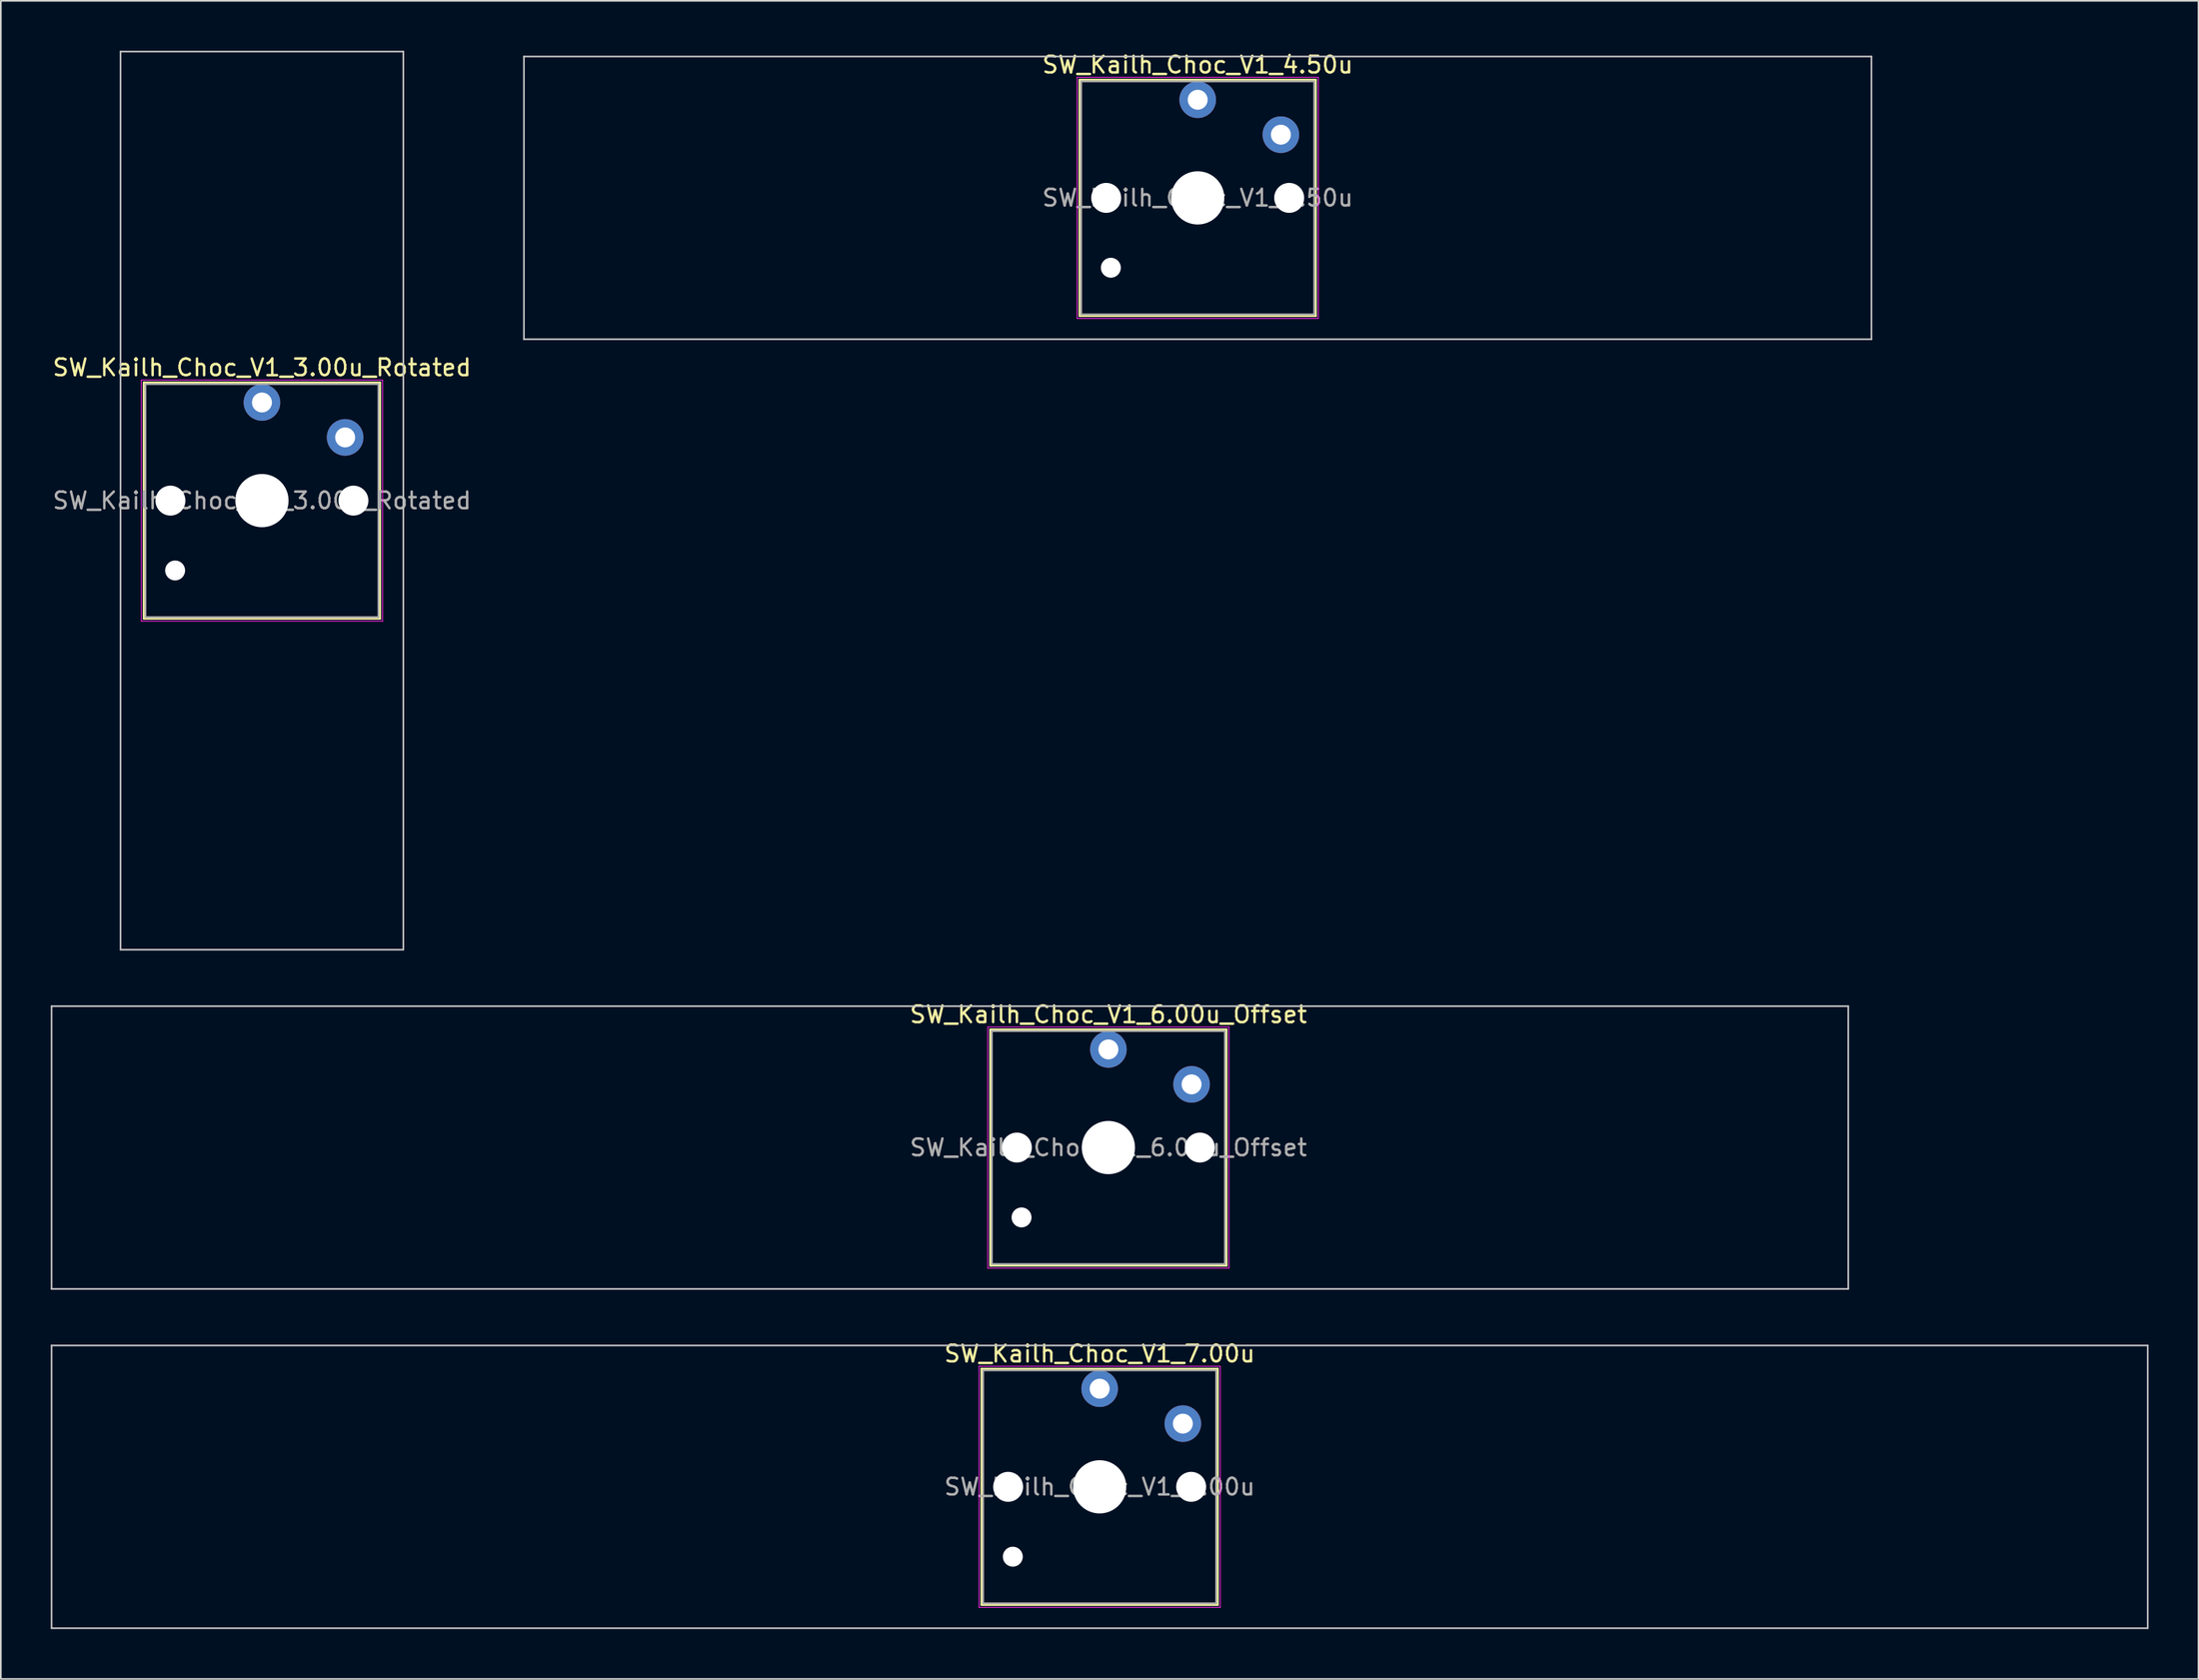
<source format=kicad_pcb>
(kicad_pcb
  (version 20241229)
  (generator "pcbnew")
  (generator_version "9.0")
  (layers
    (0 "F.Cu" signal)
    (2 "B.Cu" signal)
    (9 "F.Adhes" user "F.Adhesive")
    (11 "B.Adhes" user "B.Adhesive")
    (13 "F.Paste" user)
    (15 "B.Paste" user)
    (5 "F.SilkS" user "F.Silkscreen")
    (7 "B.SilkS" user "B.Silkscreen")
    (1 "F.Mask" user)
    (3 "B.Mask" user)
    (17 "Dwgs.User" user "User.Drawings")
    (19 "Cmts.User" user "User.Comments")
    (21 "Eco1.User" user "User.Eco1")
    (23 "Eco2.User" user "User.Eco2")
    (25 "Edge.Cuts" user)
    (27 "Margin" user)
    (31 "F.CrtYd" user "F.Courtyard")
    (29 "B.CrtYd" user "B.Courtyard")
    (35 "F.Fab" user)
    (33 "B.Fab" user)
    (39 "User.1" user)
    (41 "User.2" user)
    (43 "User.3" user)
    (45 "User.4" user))
  (footprint "SW_Kailh_Choc_V1_7.00u"
    (layer "F.Cu")
    (at 63.05 86.347)
    (property "Reference" "SW_Kailh_Choc_V1_7.00u" (at 0 -8 0) (layer "F.SilkS") (effects (font (size 1 1) (thickness 0.15))))
    (attr through_hole)
    (fp_line (start -7.1 -7.1) (end -7.1 7.1) (stroke (width 0.12) (type solid)) (layer "F.SilkS"))
    (fp_line (start -7.1 7.1) (end 7.1 7.1) (stroke (width 0.12) (type solid)) (layer "F.SilkS"))
    (fp_line (start 7.1 -7.1) (end -7.1 -7.1) (stroke (width 0.12) (type solid)) (layer "F.SilkS"))
    (fp_line (start 7.1 7.1) (end 7.1 -7.1) (stroke (width 0.12) (type solid)) (layer "F.SilkS"))
    (fp_line (start -63 -8.5) (end -63 8.5) (stroke (width 0.1) (type solid)) (layer "Dwgs.User"))
    (fp_line (start -63 8.5) (end 63 8.5) (stroke (width 0.1) (type solid)) (layer "Dwgs.User"))
    (fp_line (start 63 -8.5) (end -63 -8.5) (stroke (width 0.1) (type solid)) (layer "Dwgs.User"))
    (fp_line (start 63 8.5) (end 63 -8.5) (stroke (width 0.1) (type solid)) (layer "Dwgs.User"))
    (fp_line (start -7.25 -7.25) (end -7.25 7.25) (stroke (width 0.05) (type solid)) (layer "F.CrtYd"))
    (fp_line (start -7.25 7.25) (end 7.25 7.25) (stroke (width 0.05) (type solid)) (layer "F.CrtYd"))
    (fp_line (start 7.25 -7.25) (end -7.25 -7.25) (stroke (width 0.05) (type solid)) (layer "F.CrtYd"))
    (fp_line (start 7.25 7.25) (end 7.25 -7.25) (stroke (width 0.05) (type solid)) (layer "F.CrtYd"))
    (fp_line (start -7 -7) (end -7 7) (stroke (width 0.1) (type solid)) (layer "F.Fab"))
    (fp_line (start -7 7) (end 7 7) (stroke (width 0.1) (type solid)) (layer "F.Fab"))
    (fp_line (start 7 -7) (end -7 -7) (stroke (width 0.1) (type solid)) (layer "F.Fab"))
    (fp_line (start 7 7) (end 7 -7) (stroke (width 0.1) (type solid)) (layer "F.Fab"))
    (fp_text user "${REFERENCE}" (at 0 0 0) (layer "F.Fab") (effects (font (size 1 1) (thickness 0.15))))
    (pad "" np_thru_hole circle (at -5.5 0) (size 1.8 1.8) (drill 1.8) (layers "*.Cu" "*.Mask"))
    (pad "" np_thru_hole circle (at -5.22 4.2) (size 1.2 1.2) (drill 1.2) (layers "*.Cu" "*.Mask"))
    (pad "" np_thru_hole circle (at 0 0) (size 3.2 3.2) (drill 3.2) (layers "*.Cu" "*.Mask"))
    (pad "" np_thru_hole circle (at 5.5 0) (size 1.8 1.8) (drill 1.8) (layers "*.Cu" "*.Mask"))
    (pad "1" thru_hole circle (at 0 -5.9) (size 2.2 2.2) (drill 1.2) (layers "*.Cu" "B.Mask"))
    (pad "2" thru_hole circle (at 5 -3.8) (size 2.2 2.2) (drill 1.2) (layers "*.Cu" "B.Mask")))
  (footprint "SW_Kailh_Choc_V1_3.00u_Rotated"
    (layer "F.Cu")
    (at 12.696 27.05)
    (property "Reference" "SW_Kailh_Choc_V1_3.00u_Rotated" (at 0 -8 0) (layer "F.SilkS") (effects (font (size 1 1) (thickness 0.15))))
    (attr through_hole)
    (fp_line (start -7.1 -7.1) (end -7.1 7.1) (stroke (width 0.12) (type solid)) (layer "F.SilkS"))
    (fp_line (start -7.1 7.1) (end 7.1 7.1) (stroke (width 0.12) (type solid)) (layer "F.SilkS"))
    (fp_line (start 7.1 -7.1) (end -7.1 -7.1) (stroke (width 0.12) (type solid)) (layer "F.SilkS"))
    (fp_line (start 7.1 7.1) (end 7.1 -7.1) (stroke (width 0.12) (type solid)) (layer "F.SilkS"))
    (fp_line (start -8.5 -27) (end -8.5 27) (stroke (width 0.1) (type solid)) (layer "Dwgs.User"))
    (fp_line (start -8.5 27) (end 8.5 27) (stroke (width 0.1) (type solid)) (layer "Dwgs.User"))
    (fp_line (start 8.5 -27) (end -8.5 -27) (stroke (width 0.1) (type solid)) (layer "Dwgs.User"))
    (fp_line (start 8.5 27) (end 8.5 -27) (stroke (width 0.1) (type solid)) (layer "Dwgs.User"))
    (fp_line (start -7.25 -7.25) (end -7.25 7.25) (stroke (width 0.05) (type solid)) (layer "F.CrtYd"))
    (fp_line (start -7.25 7.25) (end 7.25 7.25) (stroke (width 0.05) (type solid)) (layer "F.CrtYd"))
    (fp_line (start 7.25 -7.25) (end -7.25 -7.25) (stroke (width 0.05) (type solid)) (layer "F.CrtYd"))
    (fp_line (start 7.25 7.25) (end 7.25 -7.25) (stroke (width 0.05) (type solid)) (layer "F.CrtYd"))
    (fp_line (start -7 -7) (end -7 7) (stroke (width 0.1) (type solid)) (layer "F.Fab"))
    (fp_line (start -7 7) (end 7 7) (stroke (width 0.1) (type solid)) (layer "F.Fab"))
    (fp_line (start 7 -7) (end -7 -7) (stroke (width 0.1) (type solid)) (layer "F.Fab"))
    (fp_line (start 7 7) (end 7 -7) (stroke (width 0.1) (type solid)) (layer "F.Fab"))
    (fp_text user "${REFERENCE}" (at 0 0 0) (layer "F.Fab") (effects (font (size 1 1) (thickness 0.15))))
    (pad "" np_thru_hole circle (at -5.5 0) (size 1.8 1.8) (drill 1.8) (layers "*.Cu" "*.Mask"))
    (pad "" np_thru_hole circle (at -5.22 4.2) (size 1.2 1.2) (drill 1.2) (layers "*.Cu" "*.Mask"))
    (pad "" np_thru_hole circle (at 0 0) (size 3.2 3.2) (drill 3.2) (layers "*.Cu" "*.Mask"))
    (pad "" np_thru_hole circle (at 5.5 0) (size 1.8 1.8) (drill 1.8) (layers "*.Cu" "*.Mask"))
    (pad "1" thru_hole circle (at 0 -5.9) (size 2.2 2.2) (drill 1.2) (layers "*.Cu" "B.Mask"))
    (pad "2" thru_hole circle (at 5 -3.8) (size 2.2 2.2) (drill 1.2) (layers "*.Cu" "B.Mask")))
  (footprint "SW_Kailh_Choc_V1_4.50u"
    (layer "F.Cu")
    (at 68.943 8.848)
    (property "Reference" "SW_Kailh_Choc_V1_4.50u" (at 0 -8 0) (layer "F.SilkS") (effects (font (size 1 1) (thickness 0.15))))
    (attr through_hole)
    (fp_line (start -7.1 -7.1) (end -7.1 7.1) (stroke (width 0.12) (type solid)) (layer "F.SilkS"))
    (fp_line (start -7.1 7.1) (end 7.1 7.1) (stroke (width 0.12) (type solid)) (layer "F.SilkS"))
    (fp_line (start 7.1 -7.1) (end -7.1 -7.1) (stroke (width 0.12) (type solid)) (layer "F.SilkS"))
    (fp_line (start 7.1 7.1) (end 7.1 -7.1) (stroke (width 0.12) (type solid)) (layer "F.SilkS"))
    (fp_line (start -40.5 -8.5) (end -40.5 8.5) (stroke (width 0.1) (type solid)) (layer "Dwgs.User"))
    (fp_line (start -40.5 8.5) (end 40.5 8.5) (stroke (width 0.1) (type solid)) (layer "Dwgs.User"))
    (fp_line (start 40.5 -8.5) (end -40.5 -8.5) (stroke (width 0.1) (type solid)) (layer "Dwgs.User"))
    (fp_line (start 40.5 8.5) (end 40.5 -8.5) (stroke (width 0.1) (type solid)) (layer "Dwgs.User"))
    (fp_line (start -7.25 -7.25) (end -7.25 7.25) (stroke (width 0.05) (type solid)) (layer "F.CrtYd"))
    (fp_line (start -7.25 7.25) (end 7.25 7.25) (stroke (width 0.05) (type solid)) (layer "F.CrtYd"))
    (fp_line (start 7.25 -7.25) (end -7.25 -7.25) (stroke (width 0.05) (type solid)) (layer "F.CrtYd"))
    (fp_line (start 7.25 7.25) (end 7.25 -7.25) (stroke (width 0.05) (type solid)) (layer "F.CrtYd"))
    (fp_line (start -7 -7) (end -7 7) (stroke (width 0.1) (type solid)) (layer "F.Fab"))
    (fp_line (start -7 7) (end 7 7) (stroke (width 0.1) (type solid)) (layer "F.Fab"))
    (fp_line (start 7 -7) (end -7 -7) (stroke (width 0.1) (type solid)) (layer "F.Fab"))
    (fp_line (start 7 7) (end 7 -7) (stroke (width 0.1) (type solid)) (layer "F.Fab"))
    (fp_text user "${REFERENCE}" (at 0 0 0) (layer "F.Fab") (effects (font (size 1 1) (thickness 0.15))))
    (pad "" np_thru_hole circle (at -5.5 0) (size 1.8 1.8) (drill 1.8) (layers "*.Cu" "*.Mask"))
    (pad "" np_thru_hole circle (at -5.22 4.2) (size 1.2 1.2) (drill 1.2) (layers "*.Cu" "*.Mask"))
    (pad "" np_thru_hole circle (at 0 0) (size 3.2 3.2) (drill 3.2) (layers "*.Cu" "*.Mask"))
    (pad "" np_thru_hole circle (at 5.5 0) (size 1.8 1.8) (drill 1.8) (layers "*.Cu" "*.Mask"))
    (pad "1" thru_hole circle (at 0 -5.9) (size 2.2 2.2) (drill 1.2) (layers "*.Cu" "B.Mask"))
    (pad "2" thru_hole circle (at 5 -3.8) (size 2.2 2.2) (drill 1.2) (layers "*.Cu" "B.Mask")))
  (footprint "SW_Kailh_Choc_V1_6.00u_Offset"
    (layer "F.Cu")
    (at 63.575 65.948)
    (property "Reference" "SW_Kailh_Choc_V1_6.00u_Offset" (at 0 -8 0) (layer "F.SilkS") (effects (font (size 1 1) (thickness 0.15))))
    (attr through_hole)
    (fp_line (start -7.1 -7.1) (end -7.1 7.1) (stroke (width 0.12) (type solid)) (layer "F.SilkS"))
    (fp_line (start -7.1 7.1) (end 7.1 7.1) (stroke (width 0.12) (type solid)) (layer "F.SilkS"))
    (fp_line (start 7.1 -7.1) (end -7.1 -7.1) (stroke (width 0.12) (type solid)) (layer "F.SilkS"))
    (fp_line (start 7.1 7.1) (end 7.1 -7.1) (stroke (width 0.12) (type solid)) (layer "F.SilkS"))
    (fp_line (start -63.525 -8.5) (end -63.525 8.5) (stroke (width 0.1) (type solid)) (layer "Dwgs.User"))
    (fp_line (start -63.525 8.5) (end 44.475 8.5) (stroke (width 0.1) (type solid)) (layer "Dwgs.User"))
    (fp_line (start 44.475 -8.5) (end -63.525 -8.5) (stroke (width 0.1) (type solid)) (layer "Dwgs.User"))
    (fp_line (start 44.475 8.5) (end 44.475 -8.5) (stroke (width 0.1) (type solid)) (layer "Dwgs.User"))
    (fp_line (start -7.25 -7.25) (end -7.25 7.25) (stroke (width 0.05) (type solid)) (layer "F.CrtYd"))
    (fp_line (start -7.25 7.25) (end 7.25 7.25) (stroke (width 0.05) (type solid)) (layer "F.CrtYd"))
    (fp_line (start 7.25 -7.25) (end -7.25 -7.25) (stroke (width 0.05) (type solid)) (layer "F.CrtYd"))
    (fp_line (start 7.25 7.25) (end 7.25 -7.25) (stroke (width 0.05) (type solid)) (layer "F.CrtYd"))
    (fp_line (start -7 -7) (end -7 7) (stroke (width 0.1) (type solid)) (layer "F.Fab"))
    (fp_line (start -7 7) (end 7 7) (stroke (width 0.1) (type solid)) (layer "F.Fab"))
    (fp_line (start 7 -7) (end -7 -7) (stroke (width 0.1) (type solid)) (layer "F.Fab"))
    (fp_line (start 7 7) (end 7 -7) (stroke (width 0.1) (type solid)) (layer "F.Fab"))
    (fp_text user "${REFERENCE}" (at 0 0 0) (layer "F.Fab") (effects (font (size 1 1) (thickness 0.15))))
    (pad "" np_thru_hole circle (at -5.5 0) (size 1.8 1.8) (drill 1.8) (layers "*.Cu" "*.Mask"))
    (pad "" np_thru_hole circle (at -5.22 4.2) (size 1.2 1.2) (drill 1.2) (layers "*.Cu" "*.Mask"))
    (pad "" np_thru_hole circle (at 0 0) (size 3.2 3.2) (drill 3.2) (layers "*.Cu" "*.Mask"))
    (pad "" np_thru_hole circle (at 5.5 0) (size 1.8 1.8) (drill 1.8) (layers "*.Cu" "*.Mask"))
    (pad "1" thru_hole circle (at 0 -5.9) (size 2.2 2.2) (drill 1.2) (layers "*.Cu" "B.Mask"))
    (pad "2" thru_hole circle (at 5 -3.8) (size 2.2 2.2) (drill 1.2) (layers "*.Cu" "B.Mask")))
  (gr_rect
    (start -3 -3)
    (end 129.1 97.897)
    (stroke (width 0.1) (type default))
    (fill no)
    (layer "Edge.Cuts")))
</source>
